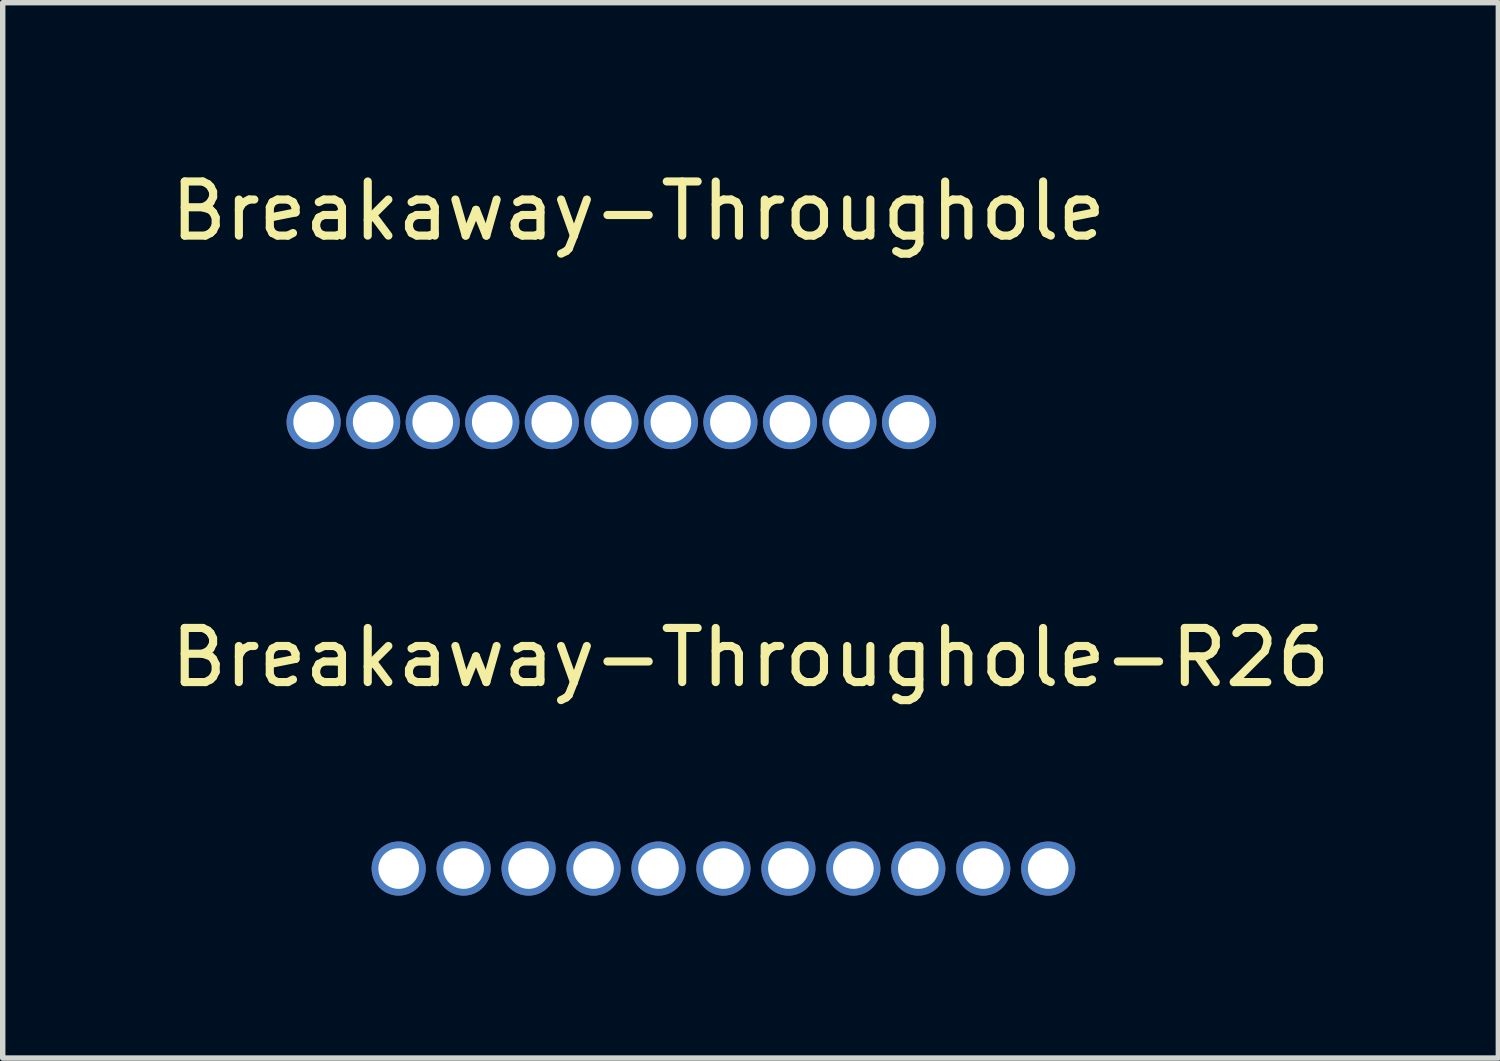
<source format=kicad_pcb>
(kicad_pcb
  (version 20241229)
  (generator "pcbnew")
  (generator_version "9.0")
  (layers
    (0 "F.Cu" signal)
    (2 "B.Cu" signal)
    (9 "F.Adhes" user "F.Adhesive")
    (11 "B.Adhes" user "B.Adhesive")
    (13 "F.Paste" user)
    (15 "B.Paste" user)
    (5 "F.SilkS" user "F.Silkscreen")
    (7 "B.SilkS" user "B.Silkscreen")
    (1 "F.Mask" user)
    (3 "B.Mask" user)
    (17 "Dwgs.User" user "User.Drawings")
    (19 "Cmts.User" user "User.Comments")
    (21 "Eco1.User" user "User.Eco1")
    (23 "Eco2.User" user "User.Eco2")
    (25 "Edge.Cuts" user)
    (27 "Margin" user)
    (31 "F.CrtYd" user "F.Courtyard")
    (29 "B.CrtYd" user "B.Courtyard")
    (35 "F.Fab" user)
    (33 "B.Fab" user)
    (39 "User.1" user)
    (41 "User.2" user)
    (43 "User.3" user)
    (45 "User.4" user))
  (footprint "Breakaway-Throughole-R26"
    (layer "F.Cu")
    (at 10.215 12.996)
    (property "Reference" "Breakaway-Throughole-R26" (at 0.6 -3.9 0) (layer "F.SilkS") (effects (font (size 1 1) (thickness 0.15))))
    (attr through_hole)
    (pad "1" thru_hole circle (at -5.9 0) (size 1 1) (drill 0.75) (layers "*.Cu" "*.Mask"))
    (pad "1" thru_hole circle (at -4.7 0) (size 1 1) (drill 0.75) (layers "*.Cu" "*.Mask"))
    (pad "1" thru_hole circle (at -3.5 0) (size 1 1) (drill 0.75) (layers "*.Cu" "*.Mask"))
    (pad "1" thru_hole circle (at -2.3 0) (size 1 1) (drill 0.75) (layers "*.Cu" "*.Mask"))
    (pad "1" thru_hole circle (at 1.3 0) (size 1 1) (drill 0.75) (layers "*.Cu" "*.Mask"))
    (pad "1" thru_hole circle (at 2.5 0) (size 1 1) (drill 0.75) (layers "*.Cu" "*.Mask"))
    (pad "1" thru_hole circle (at 6.1 0) (size 1 1) (drill 0.75) (layers "*.Cu" "*.Mask"))
    (pad "2" thru_hole circle (at -1.1 0) (size 1 1) (drill 0.75) (layers "*.Cu" "*.Mask"))
    (pad "3" thru_hole circle (at 0.1 0) (size 1 1) (drill 0.75) (layers "*.Cu" "*.Mask"))
    (pad "4" thru_hole circle (at 3.7 0) (size 1 1) (drill 0.75) (layers "*.Cu" "*.Mask"))
    (pad "4" thru_hole circle (at 4.9 0) (size 1 1) (drill 0.75) (layers "*.Cu" "*.Mask")))
  (footprint "Breakaway-Throughole"
    (layer "F.Cu")
    (at 8.144 4.748)
    (property "Reference" "Breakaway-Throughole" (at 0.6 -3.9 0) (layer "F.SilkS") (effects (font (size 1 1) (thickness 0.15))))
    (attr through_hole)
    (pad "1" thru_hole circle (at -5.4 0) (size 1 1) (drill 0.75) (layers "*.Cu" "*.Mask"))
    (pad "1" thru_hole circle (at -4.3 0) (size 1 1) (drill 0.75) (layers "*.Cu" "*.Mask"))
    (pad "1" thru_hole circle (at -1 0) (size 1 1) (drill 0.75) (layers "*.Cu" "*.Mask"))
    (pad "1" thru_hole circle (at 1.2 0) (size 1 1) (drill 0.75) (layers "*.Cu" "*.Mask"))
    (pad "1" thru_hole circle (at 2.3 0) (size 1 1) (drill 0.75) (layers "*.Cu" "*.Mask"))
    (pad "1" thru_hole circle (at 3.4 0) (size 1 1) (drill 0.75) (layers "*.Cu" "*.Mask"))
    (pad "1" thru_hole circle (at 4.5 0) (size 1 1) (drill 0.75) (layers "*.Cu" "*.Mask"))
    (pad "1" thru_hole circle (at 5.6 0) (size 1 1) (drill 0.75) (layers "*.Cu" "*.Mask"))
    (pad "2" thru_hole circle (at -2.1 0) (size 1 1) (drill 0.75) (layers "*.Cu" "*.Mask"))
    (pad "3" thru_hole circle (at -3.2 0) (size 1 1) (drill 0.75) (layers "*.Cu" "*.Mask"))
    (pad "4" thru_hole circle (at 0.1 0) (size 1 1) (drill 0.75) (layers "*.Cu" "*.Mask")))
  (gr_rect
    (start -3 -3)
    (end 24.631 16.497)
    (stroke (width 0.1) (type default))
    (fill no)
    (layer "Edge.Cuts")))
</source>
